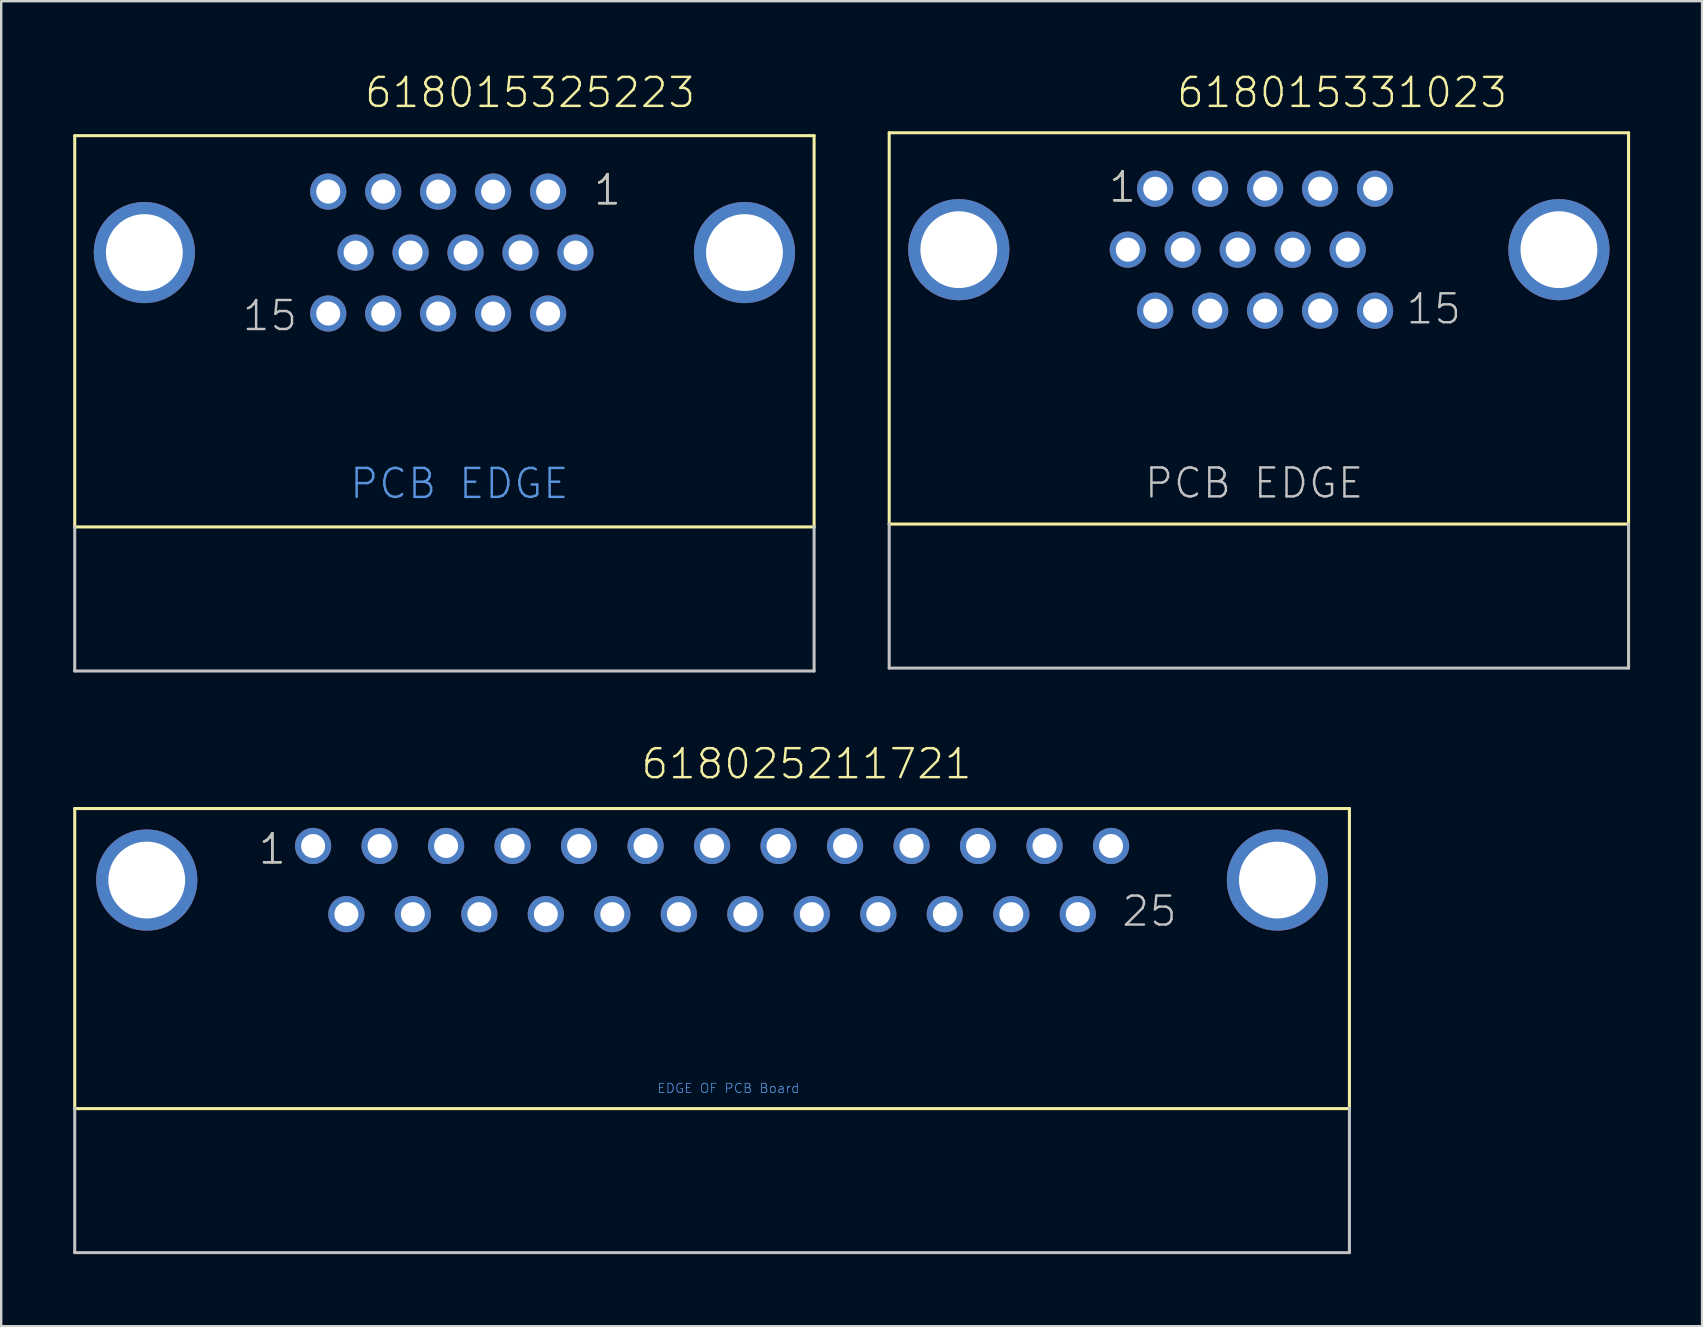
<source format=kicad_pcb>
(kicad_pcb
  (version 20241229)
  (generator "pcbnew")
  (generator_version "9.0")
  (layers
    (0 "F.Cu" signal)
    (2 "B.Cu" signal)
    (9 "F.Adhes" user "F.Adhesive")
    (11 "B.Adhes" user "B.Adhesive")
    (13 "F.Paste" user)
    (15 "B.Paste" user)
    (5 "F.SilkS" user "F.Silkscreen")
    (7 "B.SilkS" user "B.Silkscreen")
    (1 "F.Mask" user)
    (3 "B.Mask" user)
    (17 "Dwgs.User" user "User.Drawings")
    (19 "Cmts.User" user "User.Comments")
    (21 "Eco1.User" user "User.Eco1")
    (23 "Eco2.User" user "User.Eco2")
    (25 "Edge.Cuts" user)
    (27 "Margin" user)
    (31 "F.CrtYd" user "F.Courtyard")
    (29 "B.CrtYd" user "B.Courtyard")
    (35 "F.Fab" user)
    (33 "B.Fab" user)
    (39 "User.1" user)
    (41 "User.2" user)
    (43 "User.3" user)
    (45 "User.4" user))
  (footprint "618015331023"
    (layer "F.Cu")
    (at 49.391 7.351)
    (property "Reference" "618015331023" (at -3.49 -5.84 0) (layer "F.SilkS") (effects (font (size 1.206 1.206) (thickness 0.102)) (justify left bottom)))
    (attr through_hole)
    (fp_line (start -15.4 -4.87) (end 15.4 -4.87) (stroke (width 0.127) (type solid)) (layer "F.SilkS"))
    (fp_line (start -15.4 11.43) (end -15.4 -4.87) (stroke (width 0.127) (type solid)) (layer "F.SilkS"))
    (fp_line (start 15.4 -4.87) (end 15.4 11.43) (stroke (width 0.127) (type solid)) (layer "F.SilkS"))
    (fp_line (start 15.4 11.43) (end -15.4 11.43) (stroke (width 0.127) (type solid)) (layer "F.SilkS"))
    (fp_line (start -15.4 17.43) (end -15.4 11.43) (stroke (width 0.127) (type solid)) (layer "Dwgs.User"))
    (fp_line (start 15.4 11.43) (end 15.4 17.43) (stroke (width 0.127) (type solid)) (layer "Dwgs.User"))
    (fp_line (start 15.4 17.43) (end -15.4 17.43) (stroke (width 0.127) (type solid)) (layer "Dwgs.User"))
    (fp_text user "1" (at -6.32 -1.905 0) (layer "F.SilkS") (effects (font (size 1.206 1.206) (thickness 0.102)) (justify left bottom)))
    (fp_text user "PCB EDGE" (at -4.83 10.43 0) (layer "Dwgs.User") (effects (font (size 1.206 1.206) (thickness 0.102)) (justify left bottom)))
    (fp_text user "15" (at 6.07 3.175 0) (layer "Dwgs.User") (effects (font (size 1.206 1.206) (thickness 0.102)) (justify left bottom)))
    (fp_text user "1" (at -6.32 -1.905 0) (layer "Dwgs.User") (effects (font (size 1.206 1.206) (thickness 0.102)) (justify left bottom)))
    (pad "1" thru_hole circle (at -4.32 -2.54) (size 1.508 1.508) (drill 1) (layers "*.Cu" "*.Mask"))
    (pad "2" thru_hole circle (at -2.03 -2.54) (size 1.508 1.508) (drill 1) (layers "*.Cu" "*.Mask"))
    (pad "3" thru_hole circle (at 0.26 -2.54) (size 1.508 1.508) (drill 1) (layers "*.Cu" "*.Mask"))
    (pad "4" thru_hole circle (at 2.55 -2.54) (size 1.508 1.508) (drill 1) (layers "*.Cu" "*.Mask"))
    (pad "5" thru_hole circle (at 4.84 -2.54) (size 1.508 1.508) (drill 1) (layers "*.Cu" "*.Mask"))
    (pad "6" thru_hole circle (at -5.46 0) (size 1.508 1.508) (drill 1) (layers "*.Cu" "*.Mask"))
    (pad "7" thru_hole circle (at -3.17 0) (size 1.508 1.508) (drill 1) (layers "*.Cu" "*.Mask"))
    (pad "8" thru_hole circle (at -0.88 0) (size 1.508 1.508) (drill 1) (layers "*.Cu" "*.Mask"))
    (pad "9" thru_hole circle (at 1.41 0) (size 1.508 1.508) (drill 1) (layers "*.Cu" "*.Mask"))
    (pad "10" thru_hole circle (at 3.7 0) (size 1.508 1.508) (drill 1) (layers "*.Cu" "*.Mask"))
    (pad "11" thru_hole circle (at -4.32 2.54) (size 1.508 1.508) (drill 1) (layers "*.Cu" "*.Mask"))
    (pad "12" thru_hole circle (at -2.03 2.54) (size 1.508 1.508) (drill 1) (layers "*.Cu" "*.Mask"))
    (pad "13" thru_hole circle (at 0.26 2.54) (size 1.508 1.508) (drill 1) (layers "*.Cu" "*.Mask"))
    (pad "14" thru_hole circle (at 2.55 2.54) (size 1.508 1.508) (drill 1) (layers "*.Cu" "*.Mask"))
    (pad "15" thru_hole circle (at 4.84 2.54) (size 1.508 1.508) (drill 1) (layers "*.Cu" "*.Mask"))
    (pad "SHEL" thru_hole circle (at -12.5 0) (size 4.216 4.216) (drill 3.2) (layers "*.Cu" "*.Mask"))
    (pad "SHEL" thru_hole circle (at 12.5 0) (size 4.216 4.216) (drill 3.2) (layers "*.Cu" "*.Mask")))
  (footprint "618015325223"
    (layer "F.Cu")
    (at 15.463 7.471)
    (property "Reference" "618015325223" (at -3.39 -5.96 0) (layer "F.SilkS") (effects (font (size 1.206 1.206) (thickness 0.102)) (justify left bottom)))
    (attr through_hole)
    (fp_line (start -15.4 -4.87) (end 15.4 -4.87) (stroke (width 0.127) (type solid)) (layer "F.SilkS"))
    (fp_line (start -15.4 11.43) (end -15.4 -4.87) (stroke (width 0.127) (type solid)) (layer "F.SilkS"))
    (fp_line (start 15.4 -4.87) (end 15.4 11.43) (stroke (width 0.127) (type solid)) (layer "F.SilkS"))
    (fp_line (start 15.4 11.43) (end -15.4 11.43) (stroke (width 0.127) (type solid)) (layer "F.SilkS"))
    (fp_line (start -15.4 17.43) (end -15.4 11.43) (stroke (width 0.127) (type solid)) (layer "Dwgs.User"))
    (fp_line (start 15.4 11.43) (end 15.4 17.43) (stroke (width 0.127) (type solid)) (layer "Dwgs.User"))
    (fp_line (start 15.4 17.43) (end -15.4 17.43) (stroke (width 0.127) (type solid)) (layer "Dwgs.User"))
    (fp_text user "1" (at 6.15 -1.905 0) (layer "F.SilkS") (effects (font (size 1.206 1.206) (thickness 0.102)) (justify left bottom)))
    (fp_text user "1" (at 6.15 -1.905 0) (layer "Dwgs.User") (effects (font (size 1.206 1.206) (thickness 0.102)) (justify left bottom)))
    (fp_text user "15" (at -8.485 3.335 0) (layer "Dwgs.User") (effects (font (size 1.206 1.206) (thickness 0.102)) (justify left bottom)))
    (fp_text user "PCB EDGE" (at -4.01 10.33 0) (layer "Cmts.User") (effects (font (size 1.206 1.206) (thickness 0.102)) (justify left bottom)))
    (pad "1" thru_hole circle (at 4.32 -2.54) (size 1.508 1.508) (drill 1) (layers "*.Cu" "*.Mask"))
    (pad "2" thru_hole circle (at 2.03 -2.54) (size 1.508 1.508) (drill 1) (layers "*.Cu" "*.Mask"))
    (pad "3" thru_hole circle (at -0.26 -2.54) (size 1.508 1.508) (drill 1) (layers "*.Cu" "*.Mask"))
    (pad "4" thru_hole circle (at -2.55 -2.54) (size 1.508 1.508) (drill 1) (layers "*.Cu" "*.Mask"))
    (pad "5" thru_hole circle (at -4.84 -2.54) (size 1.508 1.508) (drill 1) (layers "*.Cu" "*.Mask"))
    (pad "6" thru_hole circle (at 5.46 0) (size 1.508 1.508) (drill 1) (layers "*.Cu" "*.Mask"))
    (pad "7" thru_hole circle (at 3.17 0) (size 1.508 1.508) (drill 1) (layers "*.Cu" "*.Mask"))
    (pad "8" thru_hole circle (at 0.88 0) (size 1.508 1.508) (drill 1) (layers "*.Cu" "*.Mask"))
    (pad "9" thru_hole circle (at -1.41 0) (size 1.508 1.508) (drill 1) (layers "*.Cu" "*.Mask"))
    (pad "10" thru_hole circle (at -3.7 0) (size 1.508 1.508) (drill 1) (layers "*.Cu" "*.Mask"))
    (pad "11" thru_hole circle (at 4.32 2.54) (size 1.508 1.508) (drill 1) (layers "*.Cu" "*.Mask"))
    (pad "12" thru_hole circle (at 2.03 2.54) (size 1.508 1.508) (drill 1) (layers "*.Cu" "*.Mask"))
    (pad "13" thru_hole circle (at -0.26 2.54) (size 1.508 1.508) (drill 1) (layers "*.Cu" "*.Mask"))
    (pad "14" thru_hole circle (at -2.55 2.54) (size 1.508 1.508) (drill 1) (layers "*.Cu" "*.Mask"))
    (pad "15" thru_hole circle (at -4.84 2.54) (size 1.508 1.508) (drill 1) (layers "*.Cu" "*.Mask"))
    (pad "SHEL" thru_hole circle (at -12.5 0) (size 4.216 4.216) (drill 3.2) (layers "*.Cu" "*.Mask"))
    (pad "SHEL" thru_hole circle (at 12.5 0) (size 4.216 4.216) (drill 3.2) (layers "*.Cu" "*.Mask")))
  (footprint "618025211721"
    (layer "F.Cu")
    (at 26.613 33.611)
    (property "Reference" "618025211721" (at -3.025 -4.135 0) (layer "F.SilkS") (effects (font (size 1.206 1.206) (thickness 0.102)) (justify left bottom)))
    (attr through_hole)
    (fp_line (start -26.55 -2.98) (end 26.55 -2.98) (stroke (width 0.127) (type solid)) (layer "F.SilkS"))
    (fp_line (start -26.55 9.52) (end -26.55 -2.98) (stroke (width 0.127) (type solid)) (layer "F.SilkS"))
    (fp_line (start 26.55 -2.98) (end 26.55 9.52) (stroke (width 0.127) (type solid)) (layer "F.SilkS"))
    (fp_line (start 26.55 9.52) (end -26.55 9.52) (stroke (width 0.127) (type solid)) (layer "F.SilkS"))
    (fp_line (start -26.55 15.52) (end -26.55 9.5) (stroke (width 0.127) (type solid)) (layer "Dwgs.User"))
    (fp_line (start 26.55 9.5) (end 26.55 15.52) (stroke (width 0.127) (type solid)) (layer "Dwgs.User"))
    (fp_line (start 26.55 15.52) (end -26.55 15.52) (stroke (width 0.127) (type solid)) (layer "Dwgs.User"))
    (fp_text user "1" (at -18.96 -0.59 0) (layer "F.SilkS") (effects (font (size 1.206 1.206) (thickness 0.102)) (justify left bottom)))
    (fp_text user "25" (at 17.005 2.005 0) (layer "Dwgs.User") (effects (font (size 1.206 1.206) (thickness 0.102)) (justify left bottom)))
    (fp_text user "1" (at -18.96 -0.59 0) (layer "Dwgs.User") (effects (font (size 1.206 1.206) (thickness 0.102)) (justify left bottom)))
    (fp_text user "EDGE OF PCB Board" (at -2.3 8.9 0) (layer "Cmts.User") (effects (font (size 0.386 0.386) (thickness 0.033)) (justify left bottom)))
    (pad "1" thru_hole circle (at -16.62 -1.42) (size 1.508 1.508) (drill 1) (layers "*.Cu" "*.Mask"))
    (pad "2" thru_hole circle (at -13.85 -1.42) (size 1.508 1.508) (drill 1) (layers "*.Cu" "*.Mask"))
    (pad "3" thru_hole circle (at -11.08 -1.42) (size 1.508 1.508) (drill 1) (layers "*.Cu" "*.Mask"))
    (pad "4" thru_hole circle (at -8.31 -1.42) (size 1.508 1.508) (drill 1) (layers "*.Cu" "*.Mask"))
    (pad "5" thru_hole circle (at -5.54 -1.42) (size 1.508 1.508) (drill 1) (layers "*.Cu" "*.Mask"))
    (pad "6" thru_hole circle (at -2.77 -1.42) (size 1.508 1.508) (drill 1) (layers "*.Cu" "*.Mask"))
    (pad "7" thru_hole circle (at 0 -1.42) (size 1.508 1.508) (drill 1) (layers "*.Cu" "*.Mask"))
    (pad "8" thru_hole circle (at 2.77 -1.42) (size 1.508 1.508) (drill 1) (layers "*.Cu" "*.Mask"))
    (pad "9" thru_hole circle (at 5.54 -1.42) (size 1.508 1.508) (drill 1) (layers "*.Cu" "*.Mask"))
    (pad "10" thru_hole circle (at 8.31 -1.42) (size 1.508 1.508) (drill 1) (layers "*.Cu" "*.Mask"))
    (pad "11" thru_hole circle (at 11.08 -1.42) (size 1.508 1.508) (drill 1) (layers "*.Cu" "*.Mask"))
    (pad "12" thru_hole circle (at 13.85 -1.42) (size 1.508 1.508) (drill 1) (layers "*.Cu" "*.Mask"))
    (pad "13" thru_hole circle (at 16.62 -1.42) (size 1.508 1.508) (drill 1) (layers "*.Cu" "*.Mask"))
    (pad "14" thru_hole circle (at -15.235 1.42) (size 1.508 1.508) (drill 1) (layers "*.Cu" "*.Mask"))
    (pad "15" thru_hole circle (at -12.465 1.42) (size 1.508 1.508) (drill 1) (layers "*.Cu" "*.Mask"))
    (pad "16" thru_hole circle (at -9.695 1.42) (size 1.508 1.508) (drill 1) (layers "*.Cu" "*.Mask"))
    (pad "17" thru_hole circle (at -6.925 1.42) (size 1.508 1.508) (drill 1) (layers "*.Cu" "*.Mask"))
    (pad "18" thru_hole circle (at -4.155 1.42) (size 1.508 1.508) (drill 1) (layers "*.Cu" "*.Mask"))
    (pad "19" thru_hole circle (at -1.385 1.42) (size 1.508 1.508) (drill 1) (layers "*.Cu" "*.Mask"))
    (pad "20" thru_hole circle (at 1.385 1.42) (size 1.508 1.508) (drill 1) (layers "*.Cu" "*.Mask"))
    (pad "21" thru_hole circle (at 4.155 1.42) (size 1.508 1.508) (drill 1) (layers "*.Cu" "*.Mask"))
    (pad "22" thru_hole circle (at 6.925 1.42) (size 1.508 1.508) (drill 1) (layers "*.Cu" "*.Mask"))
    (pad "23" thru_hole circle (at 9.695 1.42) (size 1.508 1.508) (drill 1) (layers "*.Cu" "*.Mask"))
    (pad "24" thru_hole circle (at 12.465 1.42) (size 1.508 1.508) (drill 1) (layers "*.Cu" "*.Mask"))
    (pad "25" thru_hole circle (at 15.235 1.42) (size 1.508 1.508) (drill 1) (layers "*.Cu" "*.Mask"))
    (pad "SHEL" thru_hole circle (at -23.55 0) (size 4.216 4.216) (drill 3.2) (layers "*.Cu" "*.Mask"))
    (pad "SHEL" thru_hole circle (at 23.55 0) (size 4.216 4.216) (drill 3.2) (layers "*.Cu" "*.Mask")))
  (gr_rect
    (start -3 -3)
    (end 67.854 52.195)
    (stroke (width 0.1) (type default))
    (fill no)
    (layer "Edge.Cuts")))
</source>
